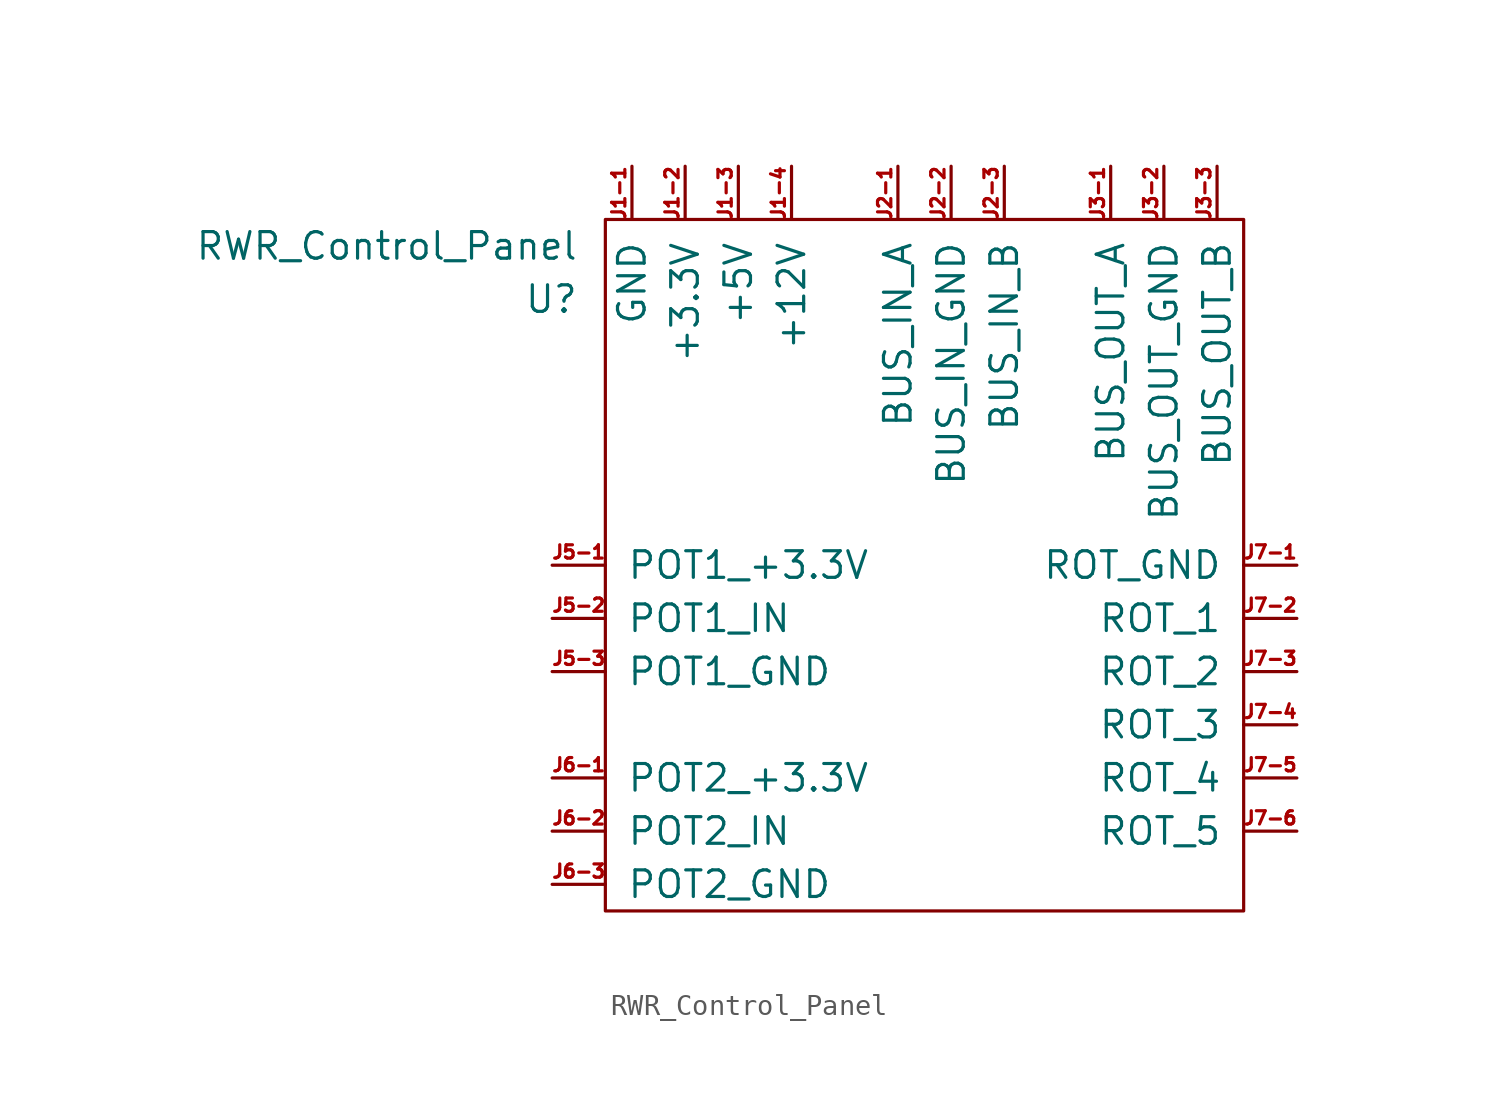
<source format=kicad_sym>
(kicad_symbol_lib
  (version 20231120)
  (generator "kicad_symbol_editor")
  (generator_version "8.0")
  (symbol "RWR_Control_Panel"
    (pin_names
      (offset 1.016))
    (property "Reference" "U"
      (at -17.78 2.54 0)
      (effects (font (size 1.27 1.27)) (justify right)))
    (property "Value" "RWR_Control_Panel"
      (at -17.78 5.08 0)
      (effects (font (size 1.27 1.27)) (justify right)))
    (symbol "RWR_Control_Panel_0_0"
      (pin power_out line (at -15.24 8.89 270) (length 2.54) (name "GND" (effects (font (size 1.27 1.27)))) (number "J1-1" (effects (font (size 0.635 0.635)))))
      (pin power_in line (at -12.7 8.89 270) (length 2.54) (name "+3.3V" (effects (font (size 1.27 1.27)))) (number "J1-2" (effects (font (size 0.635 0.635)))))
      (pin power_in line (at -10.16 8.89 270) (length 2.54) (name "+5V" (effects (font (size 1.27 1.27)))) (number "J1-3" (effects (font (size 0.635 0.635)))))
      (pin power_in line (at -7.62 8.89 270) (length 2.54) (name "+12V" (effects (font (size 1.27 1.27)))) (number "J1-4" (effects (font (size 0.635 0.635)))))
      (pin bidirectional line (at -2.54 8.89 270) (length 2.54) (name "BUS_IN_A" (effects (font (size 1.27 1.27)))) (number "J2-1" (effects (font (size 0.635 0.635)))))
      (pin power_out line (at 0 8.89 270) (length 2.54) (name "BUS_IN_GND" (effects (font (size 1.27 1.27)))) (number "J2-2" (effects (font (size 0.635 0.635)))))
      (pin bidirectional line (at 2.54 8.89 270) (length 2.54) (name "BUS_IN_B" (effects (font (size 1.27 1.27)))) (number "J2-3" (effects (font (size 0.635 0.635)))))
      (pin bidirectional line (at 7.62 8.89 270) (length 2.54) (name "BUS_OUT_A" (effects (font (size 1.27 1.27)))) (number "J3-1" (effects (font (size 0.635 0.635)))))
      (pin power_out line (at 10.16 8.89 270) (length 2.54) (name "BUS_OUT_GND" (effects (font (size 1.27 1.27)))) (number "J3-2" (effects (font (size 0.635 0.635)))))
      (pin bidirectional line (at 12.7 8.89 270) (length 2.54) (name "BUS_OUT_B" (effects (font (size 1.27 1.27)))) (number "J3-3" (effects (font (size 0.635 0.635)))))
      (pin power_in line (at -19.05 -10.16 0) (length 2.54) (name "POT1_+3.3V" (effects (font (size 1.27 1.27)))) (number "J5-1" (effects (font (size 0.635 0.635)))))
      (pin input line (at -19.05 -12.7 0) (length 2.54) (name "POT1_IN" (effects (font (size 1.27 1.27)))) (number "J5-2" (effects (font (size 0.635 0.635)))))
      (pin power_out line (at -19.05 -15.24 0) (length 2.54) (name "POT1_GND" (effects (font (size 1.27 1.27)))) (number "J5-3" (effects (font (size 0.635 0.635)))))
      (pin power_in line (at -19.05 -20.32 0) (length 2.54) (name "POT2_+3.3V" (effects (font (size 1.27 1.27)))) (number "J6-1" (effects (font (size 0.635 0.635)))))
      (pin input line (at -19.05 -22.86 0) (length 2.54) (name "POT2_IN" (effects (font (size 1.27 1.27)))) (number "J6-2" (effects (font (size 0.635 0.635)))))
      (pin power_out line (at -19.05 -25.4 0) (length 2.54) (name "POT2_GND" (effects (font (size 1.27 1.27)))) (number "J6-3" (effects (font (size 0.635 0.635)))))
      (pin power_out line (at 16.51 -10.16 180) (length 2.54) (name "ROT_GND" (effects (font (size 1.27 1.27)))) (number "J7-1" (effects (font (size 0.635 0.635)))))
      (pin input line (at 16.51 -12.7 180) (length 2.54) (name "ROT_1" (effects (font (size 1.27 1.27)))) (number "J7-2" (effects (font (size 0.635 0.635)))))
      (pin input line (at 16.51 -15.24 180) (length 2.54) (name "ROT_2" (effects (font (size 1.27 1.27)))) (number "J7-3" (effects (font (size 0.635 0.635)))))
      (pin input line (at 16.51 -17.78 180) (length 2.54) (name "ROT_3" (effects (font (size 1.27 1.27)))) (number "J7-4" (effects (font (size 0.635 0.635)))))
      (pin input line (at 16.51 -20.32 180) (length 2.54) (name "ROT_4" (effects (font (size 1.27 1.27)))) (number "J7-5" (effects (font (size 0.635 0.635)))))
      (pin input line (at 16.51 -22.86 180) (length 2.54) (name "ROT_5" (effects (font (size 1.27 1.27)))) (number "J7-6" (effects (font (size 0.635 0.635))))))
    (symbol "RWR_Control_Panel_0_1"
      (rectangle (start -16.51 6.35) (end 13.97 -26.67) (stroke (width 0) (type default)) (fill (type none))))))
</source>
